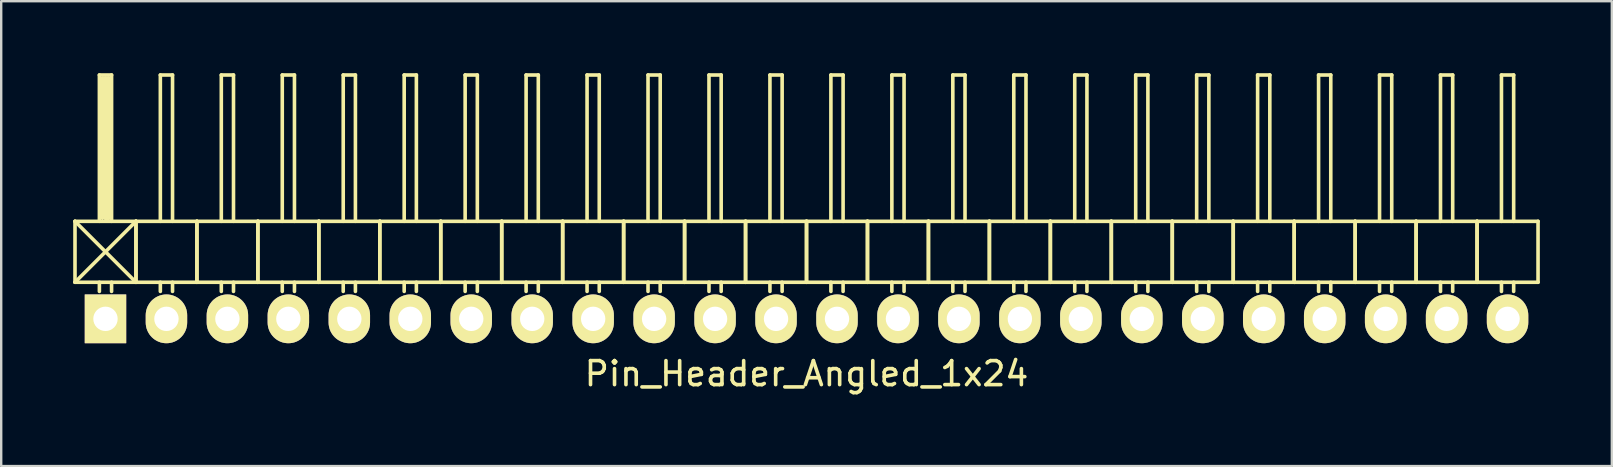
<source format=kicad_pcb>
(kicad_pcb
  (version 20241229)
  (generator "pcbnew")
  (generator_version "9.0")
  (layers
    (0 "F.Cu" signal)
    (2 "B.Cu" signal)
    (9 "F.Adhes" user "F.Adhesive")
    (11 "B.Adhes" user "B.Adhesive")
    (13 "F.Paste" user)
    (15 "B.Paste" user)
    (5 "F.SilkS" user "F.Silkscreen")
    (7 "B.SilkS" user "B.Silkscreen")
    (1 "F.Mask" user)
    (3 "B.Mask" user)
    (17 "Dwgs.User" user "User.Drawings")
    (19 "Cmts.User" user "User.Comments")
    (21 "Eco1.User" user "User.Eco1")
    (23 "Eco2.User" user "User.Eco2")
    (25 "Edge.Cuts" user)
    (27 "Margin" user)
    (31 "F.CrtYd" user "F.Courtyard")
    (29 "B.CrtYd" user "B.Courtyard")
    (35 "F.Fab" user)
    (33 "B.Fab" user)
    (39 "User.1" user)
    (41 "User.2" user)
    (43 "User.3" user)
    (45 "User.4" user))
  (footprint "Pin_Header_Angled_1x24"
    (layer "F.Cu")
    (at 30.555 10.235)
    (property "Reference" "Pin_Header_Angled_1x24" (at 0 2.286 0) (layer "F.SilkS") (effects (font (size 1 1) (thickness 0.15))))
    (attr through_hole)
    (fp_line (start -30.48 -4.064) (end -27.94 -1.524) (stroke (width 0.15) (type solid)) (layer "F.SilkS"))
    (fp_line (start -30.48 -1.524) (end -30.48 -4.064) (stroke (width 0.15) (type solid)) (layer "F.SilkS"))
    (fp_line (start -30.48 -1.524) (end -27.94 -1.524) (stroke (width 0.15) (type solid)) (layer "F.SilkS"))
    (fp_line (start -29.464 -10.16) (end -28.956 -10.16) (stroke (width 0.15) (type solid)) (layer "F.SilkS"))
    (fp_line (start -29.464 -4.064) (end -29.464 -10.16) (stroke (width 0.15) (type solid)) (layer "F.SilkS"))
    (fp_line (start -29.464 -1.524) (end -29.464 -1.143) (stroke (width 0.15) (type solid)) (layer "F.SilkS"))
    (fp_line (start -29.337 -10.033) (end -29.083 -10.033) (stroke (width 0.15) (type solid)) (layer "F.SilkS"))
    (fp_line (start -29.337 -4.191) (end -29.337 -10.033) (stroke (width 0.15) (type solid)) (layer "F.SilkS"))
    (fp_line (start -29.21 -4.191) (end -29.21 -10.033) (stroke (width 0.15) (type solid)) (layer "F.SilkS"))
    (fp_line (start -29.083 -10.033) (end -29.083 -4.191) (stroke (width 0.15) (type solid)) (layer "F.SilkS"))
    (fp_line (start -29.083 -4.191) (end -29.21 -4.191) (stroke (width 0.15) (type solid)) (layer "F.SilkS"))
    (fp_line (start -28.956 -10.16) (end -28.956 -4.064) (stroke (width 0.15) (type solid)) (layer "F.SilkS"))
    (fp_line (start -28.956 -1.524) (end -28.956 -1.143) (stroke (width 0.15) (type solid)) (layer "F.SilkS"))
    (fp_line (start -27.94 -4.064) (end -30.48 -4.064) (stroke (width 0.15) (type solid)) (layer "F.SilkS"))
    (fp_line (start -27.94 -4.064) (end -30.48 -1.524) (stroke (width 0.15) (type solid)) (layer "F.SilkS"))
    (fp_line (start -27.94 -1.524) (end -27.94 -4.064) (stroke (width 0.15) (type solid)) (layer "F.SilkS"))
    (fp_line (start -27.94 -1.524) (end -27.94 -4.064) (stroke (width 0.15) (type solid)) (layer "F.SilkS"))
    (fp_line (start -27.94 -1.524) (end -25.4 -1.524) (stroke (width 0.15) (type solid)) (layer "F.SilkS"))
    (fp_line (start -26.924 -10.16) (end -26.416 -10.16) (stroke (width 0.15) (type solid)) (layer "F.SilkS"))
    (fp_line (start -26.924 -4.064) (end -26.924 -10.16) (stroke (width 0.15) (type solid)) (layer "F.SilkS"))
    (fp_line (start -26.924 -1.524) (end -26.924 -1.143) (stroke (width 0.15) (type solid)) (layer "F.SilkS"))
    (fp_line (start -26.416 -10.16) (end -26.416 -4.064) (stroke (width 0.15) (type solid)) (layer "F.SilkS"))
    (fp_line (start -26.416 -1.524) (end -26.416 -1.143) (stroke (width 0.15) (type solid)) (layer "F.SilkS"))
    (fp_line (start -25.4 -4.064) (end -27.94 -4.064) (stroke (width 0.15) (type solid)) (layer "F.SilkS"))
    (fp_line (start -25.4 -1.524) (end -25.4 -4.064) (stroke (width 0.15) (type solid)) (layer "F.SilkS"))
    (fp_line (start -25.4 -1.524) (end -25.4 -4.064) (stroke (width 0.15) (type solid)) (layer "F.SilkS"))
    (fp_line (start -25.4 -1.524) (end -22.86 -1.524) (stroke (width 0.15) (type solid)) (layer "F.SilkS"))
    (fp_line (start -24.384 -10.16) (end -23.876 -10.16) (stroke (width 0.15) (type solid)) (layer "F.SilkS"))
    (fp_line (start -24.384 -4.064) (end -24.384 -10.16) (stroke (width 0.15) (type solid)) (layer "F.SilkS"))
    (fp_line (start -24.384 -1.524) (end -24.384 -1.143) (stroke (width 0.15) (type solid)) (layer "F.SilkS"))
    (fp_line (start -23.876 -10.16) (end -23.876 -4.064) (stroke (width 0.15) (type solid)) (layer "F.SilkS"))
    (fp_line (start -23.876 -1.524) (end -23.876 -1.143) (stroke (width 0.15) (type solid)) (layer "F.SilkS"))
    (fp_line (start -22.86 -4.064) (end -25.4 -4.064) (stroke (width 0.15) (type solid)) (layer "F.SilkS"))
    (fp_line (start -22.86 -1.524) (end -22.86 -4.064) (stroke (width 0.15) (type solid)) (layer "F.SilkS"))
    (fp_line (start -22.86 -1.524) (end -22.86 -4.064) (stroke (width 0.15) (type solid)) (layer "F.SilkS"))
    (fp_line (start -22.86 -1.524) (end -20.32 -1.524) (stroke (width 0.15) (type solid)) (layer "F.SilkS"))
    (fp_line (start -21.844 -10.16) (end -21.336 -10.16) (stroke (width 0.15) (type solid)) (layer "F.SilkS"))
    (fp_line (start -21.844 -4.064) (end -21.844 -10.16) (stroke (width 0.15) (type solid)) (layer "F.SilkS"))
    (fp_line (start -21.844 -1.524) (end -21.844 -1.143) (stroke (width 0.15) (type solid)) (layer "F.SilkS"))
    (fp_line (start -21.336 -10.16) (end -21.336 -4.064) (stroke (width 0.15) (type solid)) (layer "F.SilkS"))
    (fp_line (start -21.336 -1.524) (end -21.336 -1.143) (stroke (width 0.15) (type solid)) (layer "F.SilkS"))
    (fp_line (start -20.32 -4.064) (end -22.86 -4.064) (stroke (width 0.15) (type solid)) (layer "F.SilkS"))
    (fp_line (start -20.32 -1.524) (end -20.32 -4.064) (stroke (width 0.15) (type solid)) (layer "F.SilkS"))
    (fp_line (start -20.32 -1.524) (end -20.32 -4.064) (stroke (width 0.15) (type solid)) (layer "F.SilkS"))
    (fp_line (start -20.32 -1.524) (end -17.78 -1.524) (stroke (width 0.15) (type solid)) (layer "F.SilkS"))
    (fp_line (start -19.304 -10.16) (end -18.796 -10.16) (stroke (width 0.15) (type solid)) (layer "F.SilkS"))
    (fp_line (start -19.304 -4.064) (end -19.304 -10.16) (stroke (width 0.15) (type solid)) (layer "F.SilkS"))
    (fp_line (start -19.304 -1.524) (end -19.304 -1.143) (stroke (width 0.15) (type solid)) (layer "F.SilkS"))
    (fp_line (start -18.796 -10.16) (end -18.796 -4.064) (stroke (width 0.15) (type solid)) (layer "F.SilkS"))
    (fp_line (start -18.796 -1.524) (end -18.796 -1.143) (stroke (width 0.15) (type solid)) (layer "F.SilkS"))
    (fp_line (start -17.78 -4.064) (end -20.32 -4.064) (stroke (width 0.15) (type solid)) (layer "F.SilkS"))
    (fp_line (start -17.78 -1.524) (end -17.78 -4.064) (stroke (width 0.15) (type solid)) (layer "F.SilkS"))
    (fp_line (start -17.78 -1.524) (end -17.78 -4.064) (stroke (width 0.15) (type solid)) (layer "F.SilkS"))
    (fp_line (start -17.78 -1.524) (end -15.24 -1.524) (stroke (width 0.15) (type solid)) (layer "F.SilkS"))
    (fp_line (start -16.764 -10.16) (end -16.256 -10.16) (stroke (width 0.15) (type solid)) (layer "F.SilkS"))
    (fp_line (start -16.764 -4.064) (end -16.764 -10.16) (stroke (width 0.15) (type solid)) (layer "F.SilkS"))
    (fp_line (start -16.764 -1.524) (end -16.764 -1.143) (stroke (width 0.15) (type solid)) (layer "F.SilkS"))
    (fp_line (start -16.256 -10.16) (end -16.256 -4.064) (stroke (width 0.15) (type solid)) (layer "F.SilkS"))
    (fp_line (start -16.256 -1.524) (end -16.256 -1.143) (stroke (width 0.15) (type solid)) (layer "F.SilkS"))
    (fp_line (start -15.24 -4.064) (end -17.78 -4.064) (stroke (width 0.15) (type solid)) (layer "F.SilkS"))
    (fp_line (start -15.24 -1.524) (end -15.24 -4.064) (stroke (width 0.15) (type solid)) (layer "F.SilkS"))
    (fp_line (start -15.24 -1.524) (end -15.24 -4.064) (stroke (width 0.15) (type solid)) (layer "F.SilkS"))
    (fp_line (start -15.24 -1.524) (end -12.7 -1.524) (stroke (width 0.15) (type solid)) (layer "F.SilkS"))
    (fp_line (start -14.224 -10.16) (end -13.716 -10.16) (stroke (width 0.15) (type solid)) (layer "F.SilkS"))
    (fp_line (start -14.224 -4.064) (end -14.224 -10.16) (stroke (width 0.15) (type solid)) (layer "F.SilkS"))
    (fp_line (start -14.224 -1.524) (end -14.224 -1.143) (stroke (width 0.15) (type solid)) (layer "F.SilkS"))
    (fp_line (start -13.716 -10.16) (end -13.716 -4.064) (stroke (width 0.15) (type solid)) (layer "F.SilkS"))
    (fp_line (start -13.716 -1.524) (end -13.716 -1.143) (stroke (width 0.15) (type solid)) (layer "F.SilkS"))
    (fp_line (start -12.7 -4.064) (end -15.24 -4.064) (stroke (width 0.15) (type solid)) (layer "F.SilkS"))
    (fp_line (start -12.7 -1.524) (end -12.7 -4.064) (stroke (width 0.15) (type solid)) (layer "F.SilkS"))
    (fp_line (start -12.7 -1.524) (end -12.7 -4.064) (stroke (width 0.15) (type solid)) (layer "F.SilkS"))
    (fp_line (start -12.7 -1.524) (end -10.16 -1.524) (stroke (width 0.15) (type solid)) (layer "F.SilkS"))
    (fp_line (start -11.684 -10.16) (end -11.176 -10.16) (stroke (width 0.15) (type solid)) (layer "F.SilkS"))
    (fp_line (start -11.684 -4.064) (end -11.684 -10.16) (stroke (width 0.15) (type solid)) (layer "F.SilkS"))
    (fp_line (start -11.684 -1.524) (end -11.684 -1.143) (stroke (width 0.15) (type solid)) (layer "F.SilkS"))
    (fp_line (start -11.176 -10.16) (end -11.176 -4.064) (stroke (width 0.15) (type solid)) (layer "F.SilkS"))
    (fp_line (start -11.176 -1.524) (end -11.176 -1.143) (stroke (width 0.15) (type solid)) (layer "F.SilkS"))
    (fp_line (start -10.16 -4.064) (end -12.7 -4.064) (stroke (width 0.15) (type solid)) (layer "F.SilkS"))
    (fp_line (start -10.16 -1.524) (end -10.16 -4.064) (stroke (width 0.15) (type solid)) (layer "F.SilkS"))
    (fp_line (start -10.16 -1.524) (end -10.16 -4.064) (stroke (width 0.15) (type solid)) (layer "F.SilkS"))
    (fp_line (start -10.16 -1.524) (end -7.62 -1.524) (stroke (width 0.15) (type solid)) (layer "F.SilkS"))
    (fp_line (start -9.144 -10.16) (end -8.636 -10.16) (stroke (width 0.15) (type solid)) (layer "F.SilkS"))
    (fp_line (start -9.144 -4.064) (end -9.144 -10.16) (stroke (width 0.15) (type solid)) (layer "F.SilkS"))
    (fp_line (start -9.144 -1.524) (end -9.144 -1.143) (stroke (width 0.15) (type solid)) (layer "F.SilkS"))
    (fp_line (start -8.636 -10.16) (end -8.636 -4.064) (stroke (width 0.15) (type solid)) (layer "F.SilkS"))
    (fp_line (start -8.636 -1.524) (end -8.636 -1.143) (stroke (width 0.15) (type solid)) (layer "F.SilkS"))
    (fp_line (start -7.62 -4.064) (end -10.16 -4.064) (stroke (width 0.15) (type solid)) (layer "F.SilkS"))
    (fp_line (start -7.62 -1.524) (end -7.62 -4.064) (stroke (width 0.15) (type solid)) (layer "F.SilkS"))
    (fp_line (start -7.62 -1.524) (end -7.62 -4.064) (stroke (width 0.15) (type solid)) (layer "F.SilkS"))
    (fp_line (start -7.62 -1.524) (end -5.08 -1.524) (stroke (width 0.15) (type solid)) (layer "F.SilkS"))
    (fp_line (start -6.604 -10.16) (end -6.096 -10.16) (stroke (width 0.15) (type solid)) (layer "F.SilkS"))
    (fp_line (start -6.604 -4.064) (end -6.604 -10.16) (stroke (width 0.15) (type solid)) (layer "F.SilkS"))
    (fp_line (start -6.604 -1.524) (end -6.604 -1.143) (stroke (width 0.15) (type solid)) (layer "F.SilkS"))
    (fp_line (start -6.096 -10.16) (end -6.096 -4.064) (stroke (width 0.15) (type solid)) (layer "F.SilkS"))
    (fp_line (start -6.096 -1.524) (end -6.096 -1.143) (stroke (width 0.15) (type solid)) (layer "F.SilkS"))
    (fp_line (start -5.08 -4.064) (end -7.62 -4.064) (stroke (width 0.15) (type solid)) (layer "F.SilkS"))
    (fp_line (start -5.08 -1.524) (end -5.08 -4.064) (stroke (width 0.15) (type solid)) (layer "F.SilkS"))
    (fp_line (start -5.08 -1.524) (end -5.08 -4.064) (stroke (width 0.15) (type solid)) (layer "F.SilkS"))
    (fp_line (start -5.08 -1.524) (end -2.54 -1.524) (stroke (width 0.15) (type solid)) (layer "F.SilkS"))
    (fp_line (start -4.064 -10.16) (end -3.556 -10.16) (stroke (width 0.15) (type solid)) (layer "F.SilkS"))
    (fp_line (start -4.064 -4.064) (end -4.064 -10.16) (stroke (width 0.15) (type solid)) (layer "F.SilkS"))
    (fp_line (start -4.064 -1.524) (end -4.064 -1.143) (stroke (width 0.15) (type solid)) (layer "F.SilkS"))
    (fp_line (start -3.556 -10.16) (end -3.556 -4.064) (stroke (width 0.15) (type solid)) (layer "F.SilkS"))
    (fp_line (start -3.556 -1.524) (end -3.556 -1.143) (stroke (width 0.15) (type solid)) (layer "F.SilkS"))
    (fp_line (start -2.54 -4.064) (end -5.08 -4.064) (stroke (width 0.15) (type solid)) (layer "F.SilkS"))
    (fp_line (start -2.54 -1.524) (end -2.54 -4.064) (stroke (width 0.15) (type solid)) (layer "F.SilkS"))
    (fp_line (start -2.54 -1.524) (end -2.54 -4.064) (stroke (width 0.15) (type solid)) (layer "F.SilkS"))
    (fp_line (start -2.54 -1.524) (end 0 -1.524) (stroke (width 0.15) (type solid)) (layer "F.SilkS"))
    (fp_line (start -1.524 -10.16) (end -1.016 -10.16) (stroke (width 0.15) (type solid)) (layer "F.SilkS"))
    (fp_line (start -1.524 -4.064) (end -1.524 -10.16) (stroke (width 0.15) (type solid)) (layer "F.SilkS"))
    (fp_line (start -1.524 -1.524) (end -1.524 -1.143) (stroke (width 0.15) (type solid)) (layer "F.SilkS"))
    (fp_line (start -1.016 -10.16) (end -1.016 -4.064) (stroke (width 0.15) (type solid)) (layer "F.SilkS"))
    (fp_line (start -1.016 -1.524) (end -1.016 -1.143) (stroke (width 0.15) (type solid)) (layer "F.SilkS"))
    (fp_line (start 0 -4.064) (end -2.54 -4.064) (stroke (width 0.15) (type solid)) (layer "F.SilkS"))
    (fp_line (start 0 -1.524) (end 0 -4.064) (stroke (width 0.15) (type solid)) (layer "F.SilkS"))
    (fp_line (start 0 -1.524) (end 0 -4.064) (stroke (width 0.15) (type solid)) (layer "F.SilkS"))
    (fp_line (start 0 -1.524) (end 2.54 -1.524) (stroke (width 0.15) (type solid)) (layer "F.SilkS"))
    (fp_line (start 1.016 -10.16) (end 1.524 -10.16) (stroke (width 0.15) (type solid)) (layer "F.SilkS"))
    (fp_line (start 1.016 -4.064) (end 1.016 -10.16) (stroke (width 0.15) (type solid)) (layer "F.SilkS"))
    (fp_line (start 1.016 -1.524) (end 1.016 -1.143) (stroke (width 0.15) (type solid)) (layer "F.SilkS"))
    (fp_line (start 1.524 -10.16) (end 1.524 -4.064) (stroke (width 0.15) (type solid)) (layer "F.SilkS"))
    (fp_line (start 1.524 -1.524) (end 1.524 -1.143) (stroke (width 0.15) (type solid)) (layer "F.SilkS"))
    (fp_line (start 2.54 -4.064) (end 0 -4.064) (stroke (width 0.15) (type solid)) (layer "F.SilkS"))
    (fp_line (start 2.54 -1.524) (end 2.54 -4.064) (stroke (width 0.15) (type solid)) (layer "F.SilkS"))
    (fp_line (start 2.54 -1.524) (end 2.54 -4.064) (stroke (width 0.15) (type solid)) (layer "F.SilkS"))
    (fp_line (start 2.54 -1.524) (end 5.08 -1.524) (stroke (width 0.15) (type solid)) (layer "F.SilkS"))
    (fp_line (start 3.556 -10.16) (end 4.064 -10.16) (stroke (width 0.15) (type solid)) (layer "F.SilkS"))
    (fp_line (start 3.556 -4.064) (end 3.556 -10.16) (stroke (width 0.15) (type solid)) (layer "F.SilkS"))
    (fp_line (start 3.556 -1.524) (end 3.556 -1.143) (stroke (width 0.15) (type solid)) (layer "F.SilkS"))
    (fp_line (start 4.064 -10.16) (end 4.064 -4.064) (stroke (width 0.15) (type solid)) (layer "F.SilkS"))
    (fp_line (start 4.064 -1.524) (end 4.064 -1.143) (stroke (width 0.15) (type solid)) (layer "F.SilkS"))
    (fp_line (start 5.08 -4.064) (end 2.54 -4.064) (stroke (width 0.15) (type solid)) (layer "F.SilkS"))
    (fp_line (start 5.08 -1.524) (end 5.08 -4.064) (stroke (width 0.15) (type solid)) (layer "F.SilkS"))
    (fp_line (start 5.08 -1.524) (end 5.08 -4.064) (stroke (width 0.15) (type solid)) (layer "F.SilkS"))
    (fp_line (start 5.08 -1.524) (end 7.62 -1.524) (stroke (width 0.15) (type solid)) (layer "F.SilkS"))
    (fp_line (start 6.096 -10.16) (end 6.604 -10.16) (stroke (width 0.15) (type solid)) (layer "F.SilkS"))
    (fp_line (start 6.096 -4.064) (end 6.096 -10.16) (stroke (width 0.15) (type solid)) (layer "F.SilkS"))
    (fp_line (start 6.096 -1.524) (end 6.096 -1.143) (stroke (width 0.15) (type solid)) (layer "F.SilkS"))
    (fp_line (start 6.604 -10.16) (end 6.604 -4.064) (stroke (width 0.15) (type solid)) (layer "F.SilkS"))
    (fp_line (start 6.604 -1.524) (end 6.604 -1.143) (stroke (width 0.15) (type solid)) (layer "F.SilkS"))
    (fp_line (start 7.62 -4.064) (end 5.08 -4.064) (stroke (width 0.15) (type solid)) (layer "F.SilkS"))
    (fp_line (start 7.62 -1.524) (end 7.62 -4.064) (stroke (width 0.15) (type solid)) (layer "F.SilkS"))
    (fp_line (start 7.62 -1.524) (end 7.62 -4.064) (stroke (width 0.15) (type solid)) (layer "F.SilkS"))
    (fp_line (start 7.62 -1.524) (end 10.16 -1.524) (stroke (width 0.15) (type solid)) (layer "F.SilkS"))
    (fp_line (start 8.636 -10.16) (end 9.144 -10.16) (stroke (width 0.15) (type solid)) (layer "F.SilkS"))
    (fp_line (start 8.636 -4.064) (end 8.636 -10.16) (stroke (width 0.15) (type solid)) (layer "F.SilkS"))
    (fp_line (start 8.636 -1.524) (end 8.636 -1.143) (stroke (width 0.15) (type solid)) (layer "F.SilkS"))
    (fp_line (start 9.144 -10.16) (end 9.144 -4.064) (stroke (width 0.15) (type solid)) (layer "F.SilkS"))
    (fp_line (start 9.144 -1.524) (end 9.144 -1.143) (stroke (width 0.15) (type solid)) (layer "F.SilkS"))
    (fp_line (start 10.16 -4.064) (end 7.62 -4.064) (stroke (width 0.15) (type solid)) (layer "F.SilkS"))
    (fp_line (start 10.16 -1.524) (end 10.16 -4.064) (stroke (width 0.15) (type solid)) (layer "F.SilkS"))
    (fp_line (start 10.16 -1.524) (end 10.16 -4.064) (stroke (width 0.15) (type solid)) (layer "F.SilkS"))
    (fp_line (start 10.16 -1.524) (end 12.7 -1.524) (stroke (width 0.15) (type solid)) (layer "F.SilkS"))
    (fp_line (start 11.176 -10.16) (end 11.684 -10.16) (stroke (width 0.15) (type solid)) (layer "F.SilkS"))
    (fp_line (start 11.176 -4.064) (end 11.176 -10.16) (stroke (width 0.15) (type solid)) (layer "F.SilkS"))
    (fp_line (start 11.176 -1.524) (end 11.176 -1.143) (stroke (width 0.15) (type solid)) (layer "F.SilkS"))
    (fp_line (start 11.684 -10.16) (end 11.684 -4.064) (stroke (width 0.15) (type solid)) (layer "F.SilkS"))
    (fp_line (start 11.684 -1.524) (end 11.684 -1.143) (stroke (width 0.15) (type solid)) (layer "F.SilkS"))
    (fp_line (start 12.7 -4.064) (end 10.16 -4.064) (stroke (width 0.15) (type solid)) (layer "F.SilkS"))
    (fp_line (start 12.7 -1.524) (end 12.7 -4.064) (stroke (width 0.15) (type solid)) (layer "F.SilkS"))
    (fp_line (start 12.7 -1.524) (end 12.7 -4.064) (stroke (width 0.15) (type solid)) (layer "F.SilkS"))
    (fp_line (start 12.7 -1.524) (end 15.24 -1.524) (stroke (width 0.15) (type solid)) (layer "F.SilkS"))
    (fp_line (start 13.716 -10.16) (end 14.224 -10.16) (stroke (width 0.15) (type solid)) (layer "F.SilkS"))
    (fp_line (start 13.716 -4.064) (end 13.716 -10.16) (stroke (width 0.15) (type solid)) (layer "F.SilkS"))
    (fp_line (start 13.716 -1.524) (end 13.716 -1.143) (stroke (width 0.15) (type solid)) (layer "F.SilkS"))
    (fp_line (start 14.224 -10.16) (end 14.224 -4.064) (stroke (width 0.15) (type solid)) (layer "F.SilkS"))
    (fp_line (start 14.224 -1.524) (end 14.224 -1.143) (stroke (width 0.15) (type solid)) (layer "F.SilkS"))
    (fp_line (start 15.24 -4.064) (end 12.7 -4.064) (stroke (width 0.15) (type solid)) (layer "F.SilkS"))
    (fp_line (start 15.24 -1.524) (end 15.24 -4.064) (stroke (width 0.15) (type solid)) (layer "F.SilkS"))
    (fp_line (start 15.24 -1.524) (end 15.24 -4.064) (stroke (width 0.15) (type solid)) (layer "F.SilkS"))
    (fp_line (start 15.24 -1.524) (end 17.78 -1.524) (stroke (width 0.15) (type solid)) (layer "F.SilkS"))
    (fp_line (start 16.256 -10.16) (end 16.764 -10.16) (stroke (width 0.15) (type solid)) (layer "F.SilkS"))
    (fp_line (start 16.256 -4.064) (end 16.256 -10.16) (stroke (width 0.15) (type solid)) (layer "F.SilkS"))
    (fp_line (start 16.256 -1.524) (end 16.256 -1.143) (stroke (width 0.15) (type solid)) (layer "F.SilkS"))
    (fp_line (start 16.764 -10.16) (end 16.764 -4.064) (stroke (width 0.15) (type solid)) (layer "F.SilkS"))
    (fp_line (start 16.764 -1.524) (end 16.764 -1.143) (stroke (width 0.15) (type solid)) (layer "F.SilkS"))
    (fp_line (start 17.78 -4.064) (end 15.24 -4.064) (stroke (width 0.15) (type solid)) (layer "F.SilkS"))
    (fp_line (start 17.78 -1.524) (end 17.78 -4.064) (stroke (width 0.15) (type solid)) (layer "F.SilkS"))
    (fp_line (start 17.78 -1.524) (end 17.78 -4.064) (stroke (width 0.15) (type solid)) (layer "F.SilkS"))
    (fp_line (start 17.78 -1.524) (end 20.32 -1.524) (stroke (width 0.15) (type solid)) (layer "F.SilkS"))
    (fp_line (start 18.796 -10.16) (end 19.304 -10.16) (stroke (width 0.15) (type solid)) (layer "F.SilkS"))
    (fp_line (start 18.796 -4.064) (end 18.796 -10.16) (stroke (width 0.15) (type solid)) (layer "F.SilkS"))
    (fp_line (start 18.796 -1.524) (end 18.796 -1.143) (stroke (width 0.15) (type solid)) (layer "F.SilkS"))
    (fp_line (start 19.304 -10.16) (end 19.304 -4.064) (stroke (width 0.15) (type solid)) (layer "F.SilkS"))
    (fp_line (start 19.304 -1.524) (end 19.304 -1.143) (stroke (width 0.15) (type solid)) (layer "F.SilkS"))
    (fp_line (start 20.32 -4.064) (end 17.78 -4.064) (stroke (width 0.15) (type solid)) (layer "F.SilkS"))
    (fp_line (start 20.32 -1.524) (end 20.32 -4.064) (stroke (width 0.15) (type solid)) (layer "F.SilkS"))
    (fp_line (start 20.32 -1.524) (end 20.32 -4.064) (stroke (width 0.15) (type solid)) (layer "F.SilkS"))
    (fp_line (start 20.32 -1.524) (end 22.86 -1.524) (stroke (width 0.15) (type solid)) (layer "F.SilkS"))
    (fp_line (start 21.336 -10.16) (end 21.844 -10.16) (stroke (width 0.15) (type solid)) (layer "F.SilkS"))
    (fp_line (start 21.336 -4.064) (end 21.336 -10.16) (stroke (width 0.15) (type solid)) (layer "F.SilkS"))
    (fp_line (start 21.336 -1.524) (end 21.336 -1.143) (stroke (width 0.15) (type solid)) (layer "F.SilkS"))
    (fp_line (start 21.844 -10.16) (end 21.844 -4.064) (stroke (width 0.15) (type solid)) (layer "F.SilkS"))
    (fp_line (start 21.844 -1.524) (end 21.844 -1.143) (stroke (width 0.15) (type solid)) (layer "F.SilkS"))
    (fp_line (start 22.86 -4.064) (end 20.32 -4.064) (stroke (width 0.15) (type solid)) (layer "F.SilkS"))
    (fp_line (start 22.86 -1.524) (end 22.86 -4.064) (stroke (width 0.15) (type solid)) (layer "F.SilkS"))
    (fp_line (start 22.86 -1.524) (end 22.86 -4.064) (stroke (width 0.15) (type solid)) (layer "F.SilkS"))
    (fp_line (start 22.86 -1.524) (end 25.4 -1.524) (stroke (width 0.15) (type solid)) (layer "F.SilkS"))
    (fp_line (start 23.876 -10.16) (end 24.384 -10.16) (stroke (width 0.15) (type solid)) (layer "F.SilkS"))
    (fp_line (start 23.876 -4.064) (end 23.876 -10.16) (stroke (width 0.15) (type solid)) (layer "F.SilkS"))
    (fp_line (start 23.876 -1.524) (end 23.876 -1.143) (stroke (width 0.15) (type solid)) (layer "F.SilkS"))
    (fp_line (start 24.384 -10.16) (end 24.384 -4.064) (stroke (width 0.15) (type solid)) (layer "F.SilkS"))
    (fp_line (start 24.384 -1.524) (end 24.384 -1.143) (stroke (width 0.15) (type solid)) (layer "F.SilkS"))
    (fp_line (start 25.4 -4.064) (end 22.86 -4.064) (stroke (width 0.15) (type solid)) (layer "F.SilkS"))
    (fp_line (start 25.4 -1.524) (end 25.4 -4.064) (stroke (width 0.15) (type solid)) (layer "F.SilkS"))
    (fp_line (start 25.4 -1.524) (end 25.4 -4.064) (stroke (width 0.15) (type solid)) (layer "F.SilkS"))
    (fp_line (start 25.4 -1.524) (end 27.94 -1.524) (stroke (width 0.15) (type solid)) (layer "F.SilkS"))
    (fp_line (start 26.416 -10.16) (end 26.924 -10.16) (stroke (width 0.15) (type solid)) (layer "F.SilkS"))
    (fp_line (start 26.416 -4.064) (end 26.416 -10.16) (stroke (width 0.15) (type solid)) (layer "F.SilkS"))
    (fp_line (start 26.416 -1.524) (end 26.416 -1.143) (stroke (width 0.15) (type solid)) (layer "F.SilkS"))
    (fp_line (start 26.924 -10.16) (end 26.924 -4.064) (stroke (width 0.15) (type solid)) (layer "F.SilkS"))
    (fp_line (start 26.924 -1.524) (end 26.924 -1.143) (stroke (width 0.15) (type solid)) (layer "F.SilkS"))
    (fp_line (start 27.94 -4.064) (end 25.4 -4.064) (stroke (width 0.15) (type solid)) (layer "F.SilkS"))
    (fp_line (start 27.94 -1.524) (end 27.94 -4.064) (stroke (width 0.15) (type solid)) (layer "F.SilkS"))
    (fp_line (start 27.94 -1.524) (end 27.94 -4.064) (stroke (width 0.15) (type solid)) (layer "F.SilkS"))
    (fp_line (start 27.94 -1.524) (end 30.48 -1.524) (stroke (width 0.15) (type solid)) (layer "F.SilkS"))
    (fp_line (start 28.956 -10.16) (end 29.464 -10.16) (stroke (width 0.15) (type solid)) (layer "F.SilkS"))
    (fp_line (start 28.956 -4.064) (end 28.956 -10.16) (stroke (width 0.15) (type solid)) (layer "F.SilkS"))
    (fp_line (start 28.956 -1.524) (end 28.956 -1.143) (stroke (width 0.15) (type solid)) (layer "F.SilkS"))
    (fp_line (start 29.464 -10.16) (end 29.464 -4.064) (stroke (width 0.15) (type solid)) (layer "F.SilkS"))
    (fp_line (start 29.464 -1.524) (end 29.464 -1.143) (stroke (width 0.15) (type solid)) (layer "F.SilkS"))
    (fp_line (start 30.48 -4.064) (end 27.94 -4.064) (stroke (width 0.15) (type solid)) (layer "F.SilkS"))
    (fp_line (start 30.48 -1.524) (end 30.48 -4.064) (stroke (width 0.15) (type solid)) (layer "F.SilkS"))
    (pad "1" thru_hole rect (at -29.21 0) (size 1.727 2.032) (drill 1.016) (layers "*.Cu" "*.Mask" "F.SilkS"))
    (pad "2" thru_hole oval (at -26.67 0) (size 1.727 2.032) (drill 1.016) (layers "*.Cu" "*.Mask" "F.SilkS"))
    (pad "3" thru_hole oval (at -24.13 0) (size 1.727 2.032) (drill 1.016) (layers "*.Cu" "*.Mask" "F.SilkS"))
    (pad "4" thru_hole oval (at -21.59 0) (size 1.727 2.032) (drill 1.016) (layers "*.Cu" "*.Mask" "F.SilkS"))
    (pad "5" thru_hole oval (at -19.05 0) (size 1.727 2.032) (drill 1.016) (layers "*.Cu" "*.Mask" "F.SilkS"))
    (pad "6" thru_hole oval (at -16.51 0) (size 1.727 2.032) (drill 1.016) (layers "*.Cu" "*.Mask" "F.SilkS"))
    (pad "7" thru_hole oval (at -13.97 0) (size 1.727 2.032) (drill 1.016) (layers "*.Cu" "*.Mask" "F.SilkS"))
    (pad "8" thru_hole oval (at -11.43 0) (size 1.727 2.032) (drill 1.016) (layers "*.Cu" "*.Mask" "F.SilkS"))
    (pad "9" thru_hole oval (at -8.89 0) (size 1.727 2.032) (drill 1.016) (layers "*.Cu" "*.Mask" "F.SilkS"))
    (pad "10" thru_hole oval (at -6.35 0) (size 1.727 2.032) (drill 1.016) (layers "*.Cu" "*.Mask" "F.SilkS"))
    (pad "11" thru_hole oval (at -3.81 0) (size 1.727 2.032) (drill 1.016) (layers "*.Cu" "*.Mask" "F.SilkS"))
    (pad "12" thru_hole oval (at -1.27 0) (size 1.727 2.032) (drill 1.016) (layers "*.Cu" "*.Mask" "F.SilkS"))
    (pad "13" thru_hole oval (at 1.27 0) (size 1.727 2.032) (drill 1.016) (layers "*.Cu" "*.Mask" "F.SilkS"))
    (pad "14" thru_hole oval (at 3.81 0) (size 1.727 2.032) (drill 1.016) (layers "*.Cu" "*.Mask" "F.SilkS"))
    (pad "15" thru_hole oval (at 6.35 0) (size 1.727 2.032) (drill 1.016) (layers "*.Cu" "*.Mask" "F.SilkS"))
    (pad "16" thru_hole oval (at 8.89 0) (size 1.727 2.032) (drill 1.016) (layers "*.Cu" "*.Mask" "F.SilkS"))
    (pad "17" thru_hole oval (at 11.43 0) (size 1.727 2.032) (drill 1.016) (layers "*.Cu" "*.Mask" "F.SilkS"))
    (pad "18" thru_hole oval (at 13.97 0) (size 1.727 2.032) (drill 1.016) (layers "*.Cu" "*.Mask" "F.SilkS"))
    (pad "19" thru_hole oval (at 16.51 0) (size 1.727 2.032) (drill 1.016) (layers "*.Cu" "*.Mask" "F.SilkS"))
    (pad "20" thru_hole oval (at 19.05 0) (size 1.727 2.032) (drill 1.016) (layers "*.Cu" "*.Mask" "F.SilkS"))
    (pad "21" thru_hole oval (at 21.59 0) (size 1.727 2.032) (drill 1.016) (layers "*.Cu" "*.Mask" "F.SilkS"))
    (pad "22" thru_hole oval (at 24.13 0) (size 1.727 2.032) (drill 1.016) (layers "*.Cu" "*.Mask" "F.SilkS"))
    (pad "23" thru_hole oval (at 26.67 0) (size 1.727 2.032) (drill 1.016) (layers "*.Cu" "*.Mask" "F.SilkS"))
    (pad "24" thru_hole oval (at 29.21 0) (size 1.727 2.032) (drill 1.016) (layers "*.Cu" "*.Mask" "F.SilkS")))
  (gr_rect
    (start -3 -3)
    (end 64.11 16.369)
    (stroke (width 0.1) (type default))
    (fill no)
    (layer "Edge.Cuts")))
</source>
